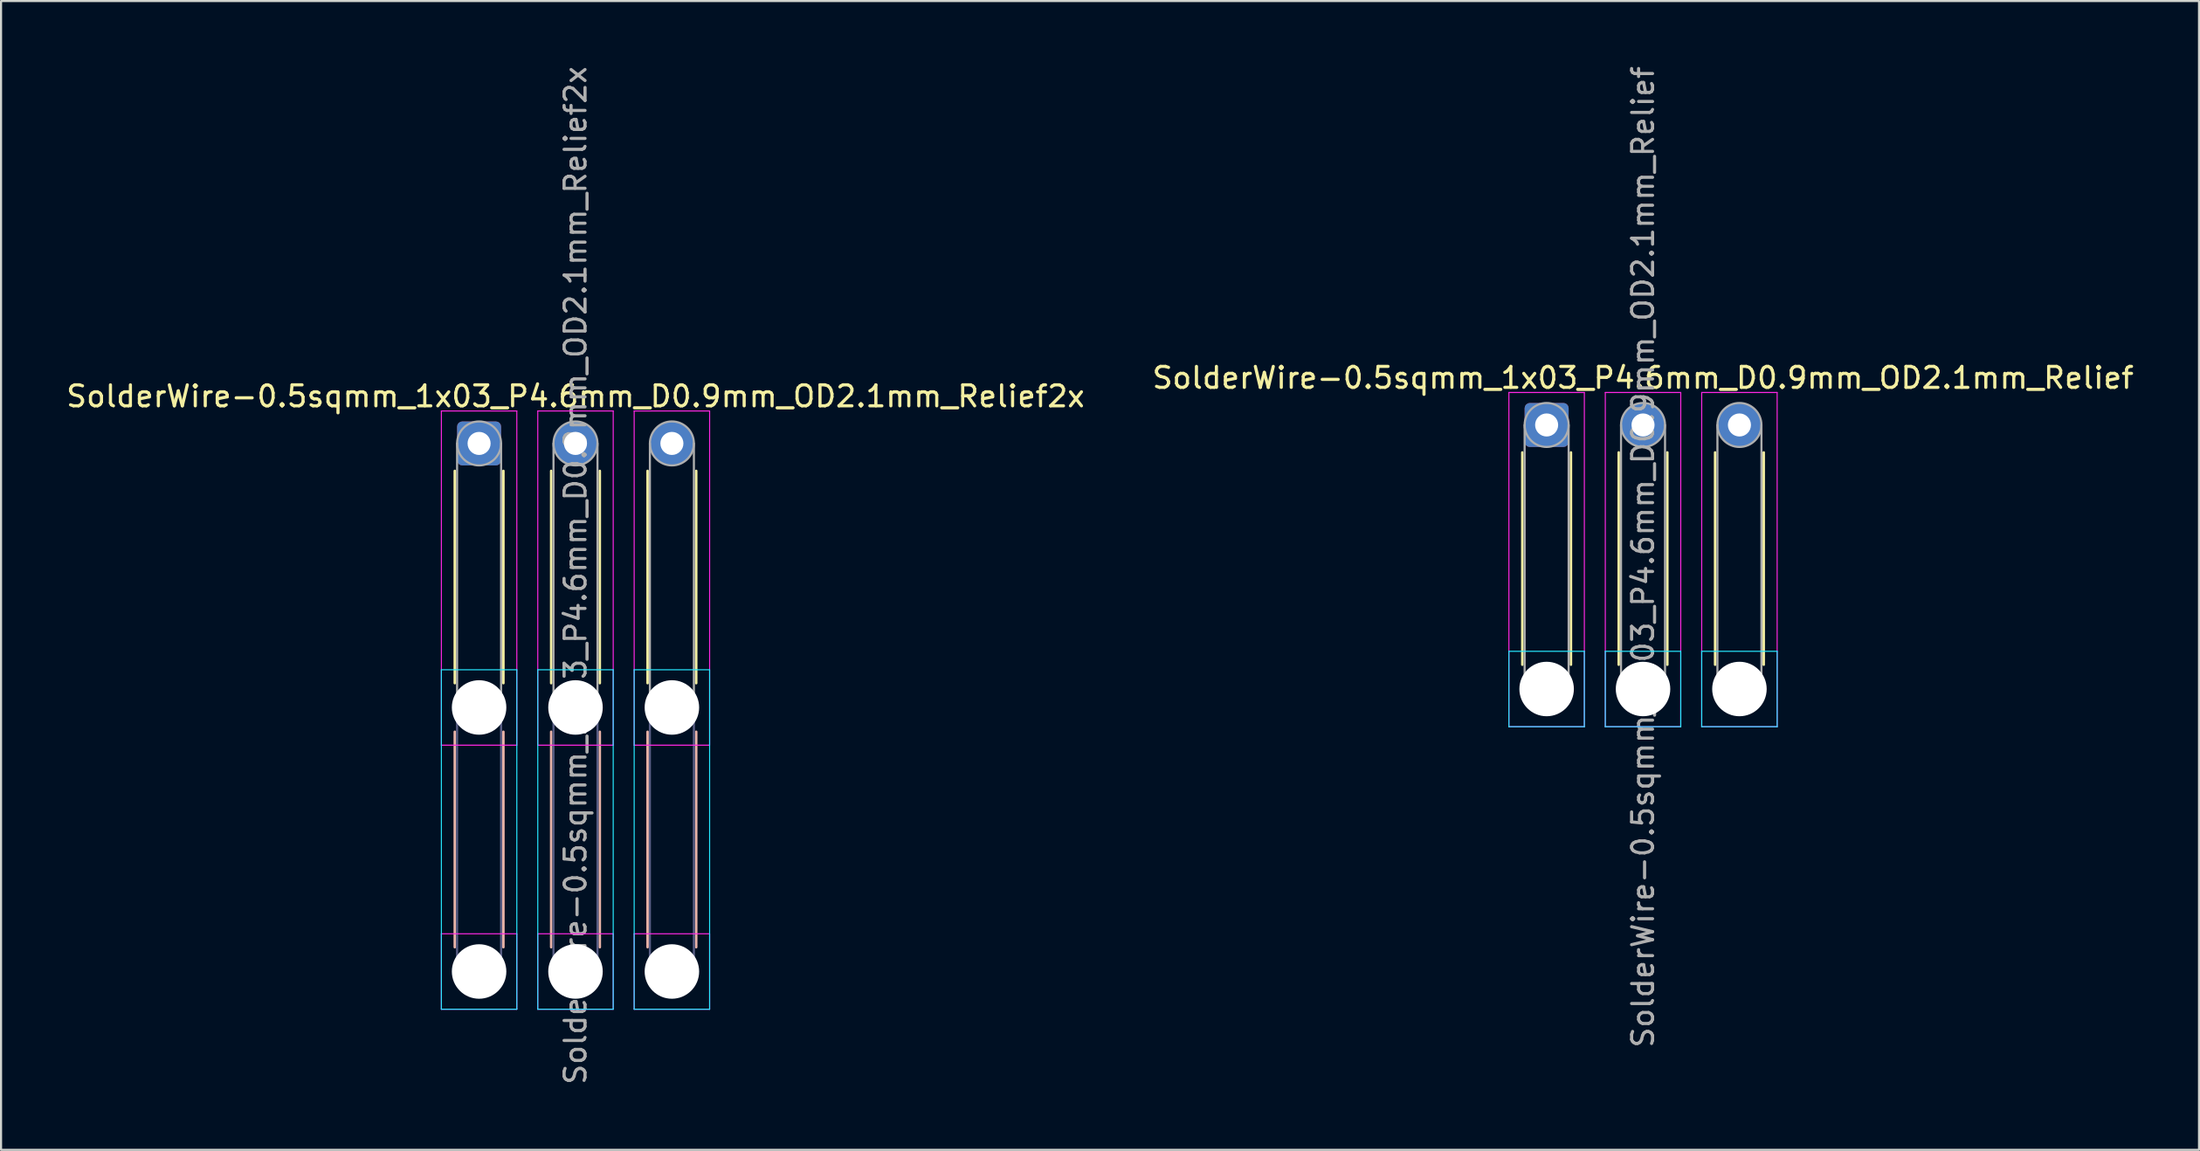
<source format=kicad_pcb>
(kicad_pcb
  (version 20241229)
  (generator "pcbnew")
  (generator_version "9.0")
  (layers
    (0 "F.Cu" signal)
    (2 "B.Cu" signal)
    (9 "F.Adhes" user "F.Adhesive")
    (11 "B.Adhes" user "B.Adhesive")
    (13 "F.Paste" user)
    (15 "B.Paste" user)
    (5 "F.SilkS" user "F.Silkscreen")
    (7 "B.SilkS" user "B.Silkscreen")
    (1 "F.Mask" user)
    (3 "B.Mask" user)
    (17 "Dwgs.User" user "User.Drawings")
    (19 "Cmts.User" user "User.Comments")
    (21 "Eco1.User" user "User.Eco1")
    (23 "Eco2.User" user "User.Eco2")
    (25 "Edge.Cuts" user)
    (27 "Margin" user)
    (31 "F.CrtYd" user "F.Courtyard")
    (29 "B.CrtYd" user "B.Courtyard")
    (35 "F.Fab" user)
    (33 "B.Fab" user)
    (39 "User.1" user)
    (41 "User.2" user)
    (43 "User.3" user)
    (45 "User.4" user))
  (footprint "SolderWire-0.5sqmm_1x03_P4.6mm_D0.9mm_OD2.1mm_Relief"
    (layer "F.Cu")
    (at 70.751 17.23)
    (property "Reference" "SolderWire-0.5sqmm_1x03_P4.6mm_D0.9mm_OD2.1mm_Relief" (at 4.6 -2.25 0) (layer "F.SilkS") (effects (font (size 1 1) (thickness 0.15))))
    (attr exclude_from_pos_files exclude_from_bom)
    (fp_line (start -1.16 1.31) (end -1.16 11.44) (stroke (width 0.12) (type solid)) (layer "F.SilkS"))
    (fp_line (start 1.16 1.31) (end 1.16 11.44) (stroke (width 0.12) (type solid)) (layer "F.SilkS"))
    (fp_line (start 3.44 1.31) (end 3.44 11.44) (stroke (width 0.12) (type solid)) (layer "F.SilkS"))
    (fp_line (start 5.76 1.31) (end 5.76 11.44) (stroke (width 0.12) (type solid)) (layer "F.SilkS"))
    (fp_line (start 8.04 1.31) (end 8.04 11.44) (stroke (width 0.12) (type solid)) (layer "F.SilkS"))
    (fp_line (start 10.36 1.31) (end 10.36 11.44) (stroke (width 0.12) (type solid)) (layer "F.SilkS"))
    (fp_line (start -1.8 10.8) (end -1.8 14.4) (stroke (width 0.05) (type solid)) (layer "B.CrtYd"))
    (fp_line (start -1.8 14.4) (end 1.8 14.4) (stroke (width 0.05) (type solid)) (layer "B.CrtYd"))
    (fp_line (start 1.8 10.8) (end -1.8 10.8) (stroke (width 0.05) (type solid)) (layer "B.CrtYd"))
    (fp_line (start 1.8 14.4) (end 1.8 10.8) (stroke (width 0.05) (type solid)) (layer "B.CrtYd"))
    (fp_line (start 2.8 10.8) (end 2.8 14.4) (stroke (width 0.05) (type solid)) (layer "B.CrtYd"))
    (fp_line (start 2.8 14.4) (end 6.4 14.4) (stroke (width 0.05) (type solid)) (layer "B.CrtYd"))
    (fp_line (start 6.4 10.8) (end 2.8 10.8) (stroke (width 0.05) (type solid)) (layer "B.CrtYd"))
    (fp_line (start 6.4 14.4) (end 6.4 10.8) (stroke (width 0.05) (type solid)) (layer "B.CrtYd"))
    (fp_line (start 7.4 10.8) (end 7.4 14.4) (stroke (width 0.05) (type solid)) (layer "B.CrtYd"))
    (fp_line (start 7.4 14.4) (end 11 14.4) (stroke (width 0.05) (type solid)) (layer "B.CrtYd"))
    (fp_line (start 11 10.8) (end 7.4 10.8) (stroke (width 0.05) (type solid)) (layer "B.CrtYd"))
    (fp_line (start 11 14.4) (end 11 10.8) (stroke (width 0.05) (type solid)) (layer "B.CrtYd"))
    (fp_line (start -1.8 -1.55) (end -1.8 14.4) (stroke (width 0.05) (type solid)) (layer "F.CrtYd"))
    (fp_line (start -1.8 14.4) (end 1.8 14.4) (stroke (width 0.05) (type solid)) (layer "F.CrtYd"))
    (fp_line (start 1.8 -1.55) (end -1.8 -1.55) (stroke (width 0.05) (type solid)) (layer "F.CrtYd"))
    (fp_line (start 1.8 14.4) (end 1.8 -1.55) (stroke (width 0.05) (type solid)) (layer "F.CrtYd"))
    (fp_line (start 2.8 -1.55) (end 2.8 14.4) (stroke (width 0.05) (type solid)) (layer "F.CrtYd"))
    (fp_line (start 2.8 14.4) (end 6.4 14.4) (stroke (width 0.05) (type solid)) (layer "F.CrtYd"))
    (fp_line (start 6.4 -1.55) (end 2.8 -1.55) (stroke (width 0.05) (type solid)) (layer "F.CrtYd"))
    (fp_line (start 6.4 14.4) (end 6.4 -1.55) (stroke (width 0.05) (type solid)) (layer "F.CrtYd"))
    (fp_line (start 7.4 -1.55) (end 7.4 14.4) (stroke (width 0.05) (type solid)) (layer "F.CrtYd"))
    (fp_line (start 7.4 14.4) (end 11 14.4) (stroke (width 0.05) (type solid)) (layer "F.CrtYd"))
    (fp_line (start 11 -1.55) (end 7.4 -1.55) (stroke (width 0.05) (type solid)) (layer "F.CrtYd"))
    (fp_line (start 11 14.4) (end 11 -1.55) (stroke (width 0.05) (type solid)) (layer "F.CrtYd"))
    (fp_line (start -1.05 0) (end -1.05 12.6) (stroke (width 0.1) (type solid)) (layer "F.Fab"))
    (fp_line (start 1.05 0) (end 1.05 12.6) (stroke (width 0.1) (type solid)) (layer "F.Fab"))
    (fp_line (start 3.55 0) (end 3.55 12.6) (stroke (width 0.1) (type solid)) (layer "F.Fab"))
    (fp_line (start 5.65 0) (end 5.65 12.6) (stroke (width 0.1) (type solid)) (layer "F.Fab"))
    (fp_line (start 8.15 0) (end 8.15 12.6) (stroke (width 0.1) (type solid)) (layer "F.Fab"))
    (fp_line (start 10.25 0) (end 10.25 12.6) (stroke (width 0.1) (type solid)) (layer "F.Fab"))
    (fp_circle (center 0 0) (end 1.05 0) (stroke (width 0.1) (type solid)) (fill no) (layer "F.Fab"))
    (fp_circle (center 0 12.6) (end 1.05 12.6) (stroke (width 0.1) (type solid)) (fill no) (layer "F.Fab"))
    (fp_circle (center 4.6 0) (end 5.65 0) (stroke (width 0.1) (type solid)) (fill no) (layer "F.Fab"))
    (fp_circle (center 4.6 12.6) (end 5.65 12.6) (stroke (width 0.1) (type solid)) (fill no) (layer "F.Fab"))
    (fp_circle (center 9.2 0) (end 10.25 0) (stroke (width 0.1) (type solid)) (fill no) (layer "F.Fab"))
    (fp_circle (center 9.2 12.6) (end 10.25 12.6) (stroke (width 0.1) (type solid)) (fill no) (layer "F.Fab"))
    (fp_text user "${REFERENCE}" (at 4.6 6.3 90) (layer "F.Fab") (effects (font (size 1 1) (thickness 0.15))))
    (pad "" np_thru_hole circle (at 0 12.6) (size 2.6 2.6) (drill 2.6) (layers "*.Cu" "*.Mask"))
    (pad "" np_thru_hole circle (at 4.6 12.6) (size 2.6 2.6) (drill 2.6) (layers "*.Cu" "*.Mask"))
    (pad "" np_thru_hole circle (at 9.2 12.6) (size 2.6 2.6) (drill 2.6) (layers "*.Cu" "*.Mask"))
    (pad "1" thru_hole roundrect (at 0 0) (size 2.1 2.1) (drill 1.1) (layers "*.Cu" "*.Mask") (roundrect_rratio 0.119))
    (pad "2" thru_hole circle (at 4.6 0) (size 2.1 2.1) (drill 1.1) (layers "*.Cu" "*.Mask"))
    (pad "3" thru_hole circle (at 9.2 0) (size 2.1 2.1) (drill 1.1) (layers "*.Cu" "*.Mask")))
  (footprint "SolderWire-0.5sqmm_1x03_P4.6mm_D0.9mm_OD2.1mm_Relief2x"
    (layer "F.Cu")
    (at 19.811 18.111)
    (property "Reference" "SolderWire-0.5sqmm_1x03_P4.6mm_D0.9mm_OD2.1mm_Relief2x" (at 4.6 -2.25 0) (layer "F.SilkS") (effects (font (size 1 1) (thickness 0.15))))
    (attr exclude_from_pos_files exclude_from_bom)
    (fp_line (start -1.16 1.31) (end -1.16 11.44) (stroke (width 0.12) (type solid)) (layer "F.SilkS"))
    (fp_line (start 1.16 1.31) (end 1.16 11.44) (stroke (width 0.12) (type solid)) (layer "F.SilkS"))
    (fp_line (start 3.44 1.31) (end 3.44 11.44) (stroke (width 0.12) (type solid)) (layer "F.SilkS"))
    (fp_line (start 5.76 1.31) (end 5.76 11.44) (stroke (width 0.12) (type solid)) (layer "F.SilkS"))
    (fp_line (start 8.04 1.31) (end 8.04 11.44) (stroke (width 0.12) (type solid)) (layer "F.SilkS"))
    (fp_line (start 10.36 1.31) (end 10.36 11.44) (stroke (width 0.12) (type solid)) (layer "F.SilkS"))
    (fp_line (start -1.16 13.76) (end -1.16 24.04) (stroke (width 0.12) (type solid)) (layer "B.SilkS"))
    (fp_line (start 1.16 13.76) (end 1.16 24.04) (stroke (width 0.12) (type solid)) (layer "B.SilkS"))
    (fp_line (start 3.44 13.76) (end 3.44 24.04) (stroke (width 0.12) (type solid)) (layer "B.SilkS"))
    (fp_line (start 5.76 13.76) (end 5.76 24.04) (stroke (width 0.12) (type solid)) (layer "B.SilkS"))
    (fp_line (start 8.04 13.76) (end 8.04 24.04) (stroke (width 0.12) (type solid)) (layer "B.SilkS"))
    (fp_line (start 10.36 13.76) (end 10.36 24.04) (stroke (width 0.12) (type solid)) (layer "B.SilkS"))
    (fp_line (start -1.8 10.8) (end -1.8 27) (stroke (width 0.05) (type solid)) (layer "B.CrtYd"))
    (fp_line (start -1.8 27) (end 1.8 27) (stroke (width 0.05) (type solid)) (layer "B.CrtYd"))
    (fp_line (start 1.8 10.8) (end -1.8 10.8) (stroke (width 0.05) (type solid)) (layer "B.CrtYd"))
    (fp_line (start 1.8 27) (end 1.8 10.8) (stroke (width 0.05) (type solid)) (layer "B.CrtYd"))
    (fp_line (start 2.8 10.8) (end 2.8 27) (stroke (width 0.05) (type solid)) (layer "B.CrtYd"))
    (fp_line (start 2.8 27) (end 6.4 27) (stroke (width 0.05) (type solid)) (layer "B.CrtYd"))
    (fp_line (start 6.4 10.8) (end 2.8 10.8) (stroke (width 0.05) (type solid)) (layer "B.CrtYd"))
    (fp_line (start 6.4 27) (end 6.4 10.8) (stroke (width 0.05) (type solid)) (layer "B.CrtYd"))
    (fp_line (start 7.4 10.8) (end 7.4 27) (stroke (width 0.05) (type solid)) (layer "B.CrtYd"))
    (fp_line (start 7.4 27) (end 11 27) (stroke (width 0.05) (type solid)) (layer "B.CrtYd"))
    (fp_line (start 11 10.8) (end 7.4 10.8) (stroke (width 0.05) (type solid)) (layer "B.CrtYd"))
    (fp_line (start 11 27) (end 11 10.8) (stroke (width 0.05) (type solid)) (layer "B.CrtYd"))
    (fp_line (start -1.8 -1.55) (end -1.8 14.4) (stroke (width 0.05) (type solid)) (layer "F.CrtYd"))
    (fp_line (start -1.8 14.4) (end 1.8 14.4) (stroke (width 0.05) (type solid)) (layer "F.CrtYd"))
    (fp_line (start -1.8 23.4) (end -1.8 27) (stroke (width 0.05) (type solid)) (layer "F.CrtYd"))
    (fp_line (start -1.8 27) (end 1.8 27) (stroke (width 0.05) (type solid)) (layer "F.CrtYd"))
    (fp_line (start 1.8 -1.55) (end -1.8 -1.55) (stroke (width 0.05) (type solid)) (layer "F.CrtYd"))
    (fp_line (start 1.8 14.4) (end 1.8 -1.55) (stroke (width 0.05) (type solid)) (layer "F.CrtYd"))
    (fp_line (start 1.8 23.4) (end -1.8 23.4) (stroke (width 0.05) (type solid)) (layer "F.CrtYd"))
    (fp_line (start 1.8 27) (end 1.8 23.4) (stroke (width 0.05) (type solid)) (layer "F.CrtYd"))
    (fp_line (start 2.8 -1.55) (end 2.8 14.4) (stroke (width 0.05) (type solid)) (layer "F.CrtYd"))
    (fp_line (start 2.8 14.4) (end 6.4 14.4) (stroke (width 0.05) (type solid)) (layer "F.CrtYd"))
    (fp_line (start 2.8 23.4) (end 2.8 27) (stroke (width 0.05) (type solid)) (layer "F.CrtYd"))
    (fp_line (start 2.8 27) (end 6.4 27) (stroke (width 0.05) (type solid)) (layer "F.CrtYd"))
    (fp_line (start 6.4 -1.55) (end 2.8 -1.55) (stroke (width 0.05) (type solid)) (layer "F.CrtYd"))
    (fp_line (start 6.4 14.4) (end 6.4 -1.55) (stroke (width 0.05) (type solid)) (layer "F.CrtYd"))
    (fp_line (start 6.4 23.4) (end 2.8 23.4) (stroke (width 0.05) (type solid)) (layer "F.CrtYd"))
    (fp_line (start 6.4 27) (end 6.4 23.4) (stroke (width 0.05) (type solid)) (layer "F.CrtYd"))
    (fp_line (start 7.4 -1.55) (end 7.4 14.4) (stroke (width 0.05) (type solid)) (layer "F.CrtYd"))
    (fp_line (start 7.4 14.4) (end 11 14.4) (stroke (width 0.05) (type solid)) (layer "F.CrtYd"))
    (fp_line (start 7.4 23.4) (end 7.4 27) (stroke (width 0.05) (type solid)) (layer "F.CrtYd"))
    (fp_line (start 7.4 27) (end 11 27) (stroke (width 0.05) (type solid)) (layer "F.CrtYd"))
    (fp_line (start 11 -1.55) (end 7.4 -1.55) (stroke (width 0.05) (type solid)) (layer "F.CrtYd"))
    (fp_line (start 11 14.4) (end 11 -1.55) (stroke (width 0.05) (type solid)) (layer "F.CrtYd"))
    (fp_line (start 11 23.4) (end 7.4 23.4) (stroke (width 0.05) (type solid)) (layer "F.CrtYd"))
    (fp_line (start 11 27) (end 11 23.4) (stroke (width 0.05) (type solid)) (layer "F.CrtYd"))
    (fp_line (start -1.05 12.6) (end -1.05 25.2) (stroke (width 0.1) (type solid)) (layer "B.Fab"))
    (fp_line (start 1.05 12.6) (end 1.05 25.2) (stroke (width 0.1) (type solid)) (layer "B.Fab"))
    (fp_line (start 3.55 12.6) (end 3.55 25.2) (stroke (width 0.1) (type solid)) (layer "B.Fab"))
    (fp_line (start 5.65 12.6) (end 5.65 25.2) (stroke (width 0.1) (type solid)) (layer "B.Fab"))
    (fp_line (start 8.15 12.6) (end 8.15 25.2) (stroke (width 0.1) (type solid)) (layer "B.Fab"))
    (fp_line (start 10.25 12.6) (end 10.25 25.2) (stroke (width 0.1) (type solid)) (layer "B.Fab"))
    (fp_circle (center 0 12.6) (end 1.05 12.6) (stroke (width 0.1) (type solid)) (fill no) (layer "B.Fab"))
    (fp_circle (center 0 25.2) (end 1.05 25.2) (stroke (width 0.1) (type solid)) (fill no) (layer "B.Fab"))
    (fp_circle (center 4.6 12.6) (end 5.65 12.6) (stroke (width 0.1) (type solid)) (fill no) (layer "B.Fab"))
    (fp_circle (center 4.6 25.2) (end 5.65 25.2) (stroke (width 0.1) (type solid)) (fill no) (layer "B.Fab"))
    (fp_circle (center 9.2 12.6) (end 10.25 12.6) (stroke (width 0.1) (type solid)) (fill no) (layer "B.Fab"))
    (fp_circle (center 9.2 25.2) (end 10.25 25.2) (stroke (width 0.1) (type solid)) (fill no) (layer "B.Fab"))
    (fp_line (start -1.05 0) (end -1.05 12.6) (stroke (width 0.1) (type solid)) (layer "F.Fab"))
    (fp_line (start 1.05 0) (end 1.05 12.6) (stroke (width 0.1) (type solid)) (layer "F.Fab"))
    (fp_line (start 3.55 0) (end 3.55 12.6) (stroke (width 0.1) (type solid)) (layer "F.Fab"))
    (fp_line (start 5.65 0) (end 5.65 12.6) (stroke (width 0.1) (type solid)) (layer "F.Fab"))
    (fp_line (start 8.15 0) (end 8.15 12.6) (stroke (width 0.1) (type solid)) (layer "F.Fab"))
    (fp_line (start 10.25 0) (end 10.25 12.6) (stroke (width 0.1) (type solid)) (layer "F.Fab"))
    (fp_circle (center 0 0) (end 1.05 0) (stroke (width 0.1) (type solid)) (fill no) (layer "F.Fab"))
    (fp_circle (center 0 12.6) (end 1.05 12.6) (stroke (width 0.1) (type solid)) (fill no) (layer "F.Fab"))
    (fp_circle (center 0 25.2) (end 1.05 25.2) (stroke (width 0.1) (type solid)) (fill no) (layer "F.Fab"))
    (fp_circle (center 4.6 0) (end 5.65 0) (stroke (width 0.1) (type solid)) (fill no) (layer "F.Fab"))
    (fp_circle (center 4.6 12.6) (end 5.65 12.6) (stroke (width 0.1) (type solid)) (fill no) (layer "F.Fab"))
    (fp_circle (center 4.6 25.2) (end 5.65 25.2) (stroke (width 0.1) (type solid)) (fill no) (layer "F.Fab"))
    (fp_circle (center 9.2 0) (end 10.25 0) (stroke (width 0.1) (type solid)) (fill no) (layer "F.Fab"))
    (fp_circle (center 9.2 12.6) (end 10.25 12.6) (stroke (width 0.1) (type solid)) (fill no) (layer "F.Fab"))
    (fp_circle (center 9.2 25.2) (end 10.25 25.2) (stroke (width 0.1) (type solid)) (fill no) (layer "F.Fab"))
    (fp_text user "${REFERENCE}" (at 4.6 6.3 90) (layer "F.Fab") (effects (font (size 1 1) (thickness 0.15))))
    (pad "" np_thru_hole circle (at 0 12.6) (size 2.6 2.6) (drill 2.6) (layers "*.Cu" "*.Mask"))
    (pad "" np_thru_hole circle (at 0 25.2) (size 2.6 2.6) (drill 2.6) (layers "*.Cu" "*.Mask"))
    (pad "" np_thru_hole circle (at 4.6 12.6) (size 2.6 2.6) (drill 2.6) (layers "*.Cu" "*.Mask"))
    (pad "" np_thru_hole circle (at 4.6 25.2) (size 2.6 2.6) (drill 2.6) (layers "*.Cu" "*.Mask"))
    (pad "" np_thru_hole circle (at 9.2 12.6) (size 2.6 2.6) (drill 2.6) (layers "*.Cu" "*.Mask"))
    (pad "" np_thru_hole circle (at 9.2 25.2) (size 2.6 2.6) (drill 2.6) (layers "*.Cu" "*.Mask"))
    (pad "1" thru_hole roundrect (at 0 0) (size 2.1 2.1) (drill 1.1) (layers "*.Cu" "*.Mask") (roundrect_rratio 0.119))
    (pad "2" thru_hole circle (at 4.6 0) (size 2.1 2.1) (drill 1.1) (layers "*.Cu" "*.Mask"))
    (pad "3" thru_hole circle (at 9.2 0) (size 2.1 2.1) (drill 1.1) (layers "*.Cu" "*.Mask")))
  (gr_rect
    (start -3 -3)
    (end 101.881 51.821)
    (stroke (width 0.1) (type default))
    (fill no)
    (layer "Edge.Cuts")))
</source>
